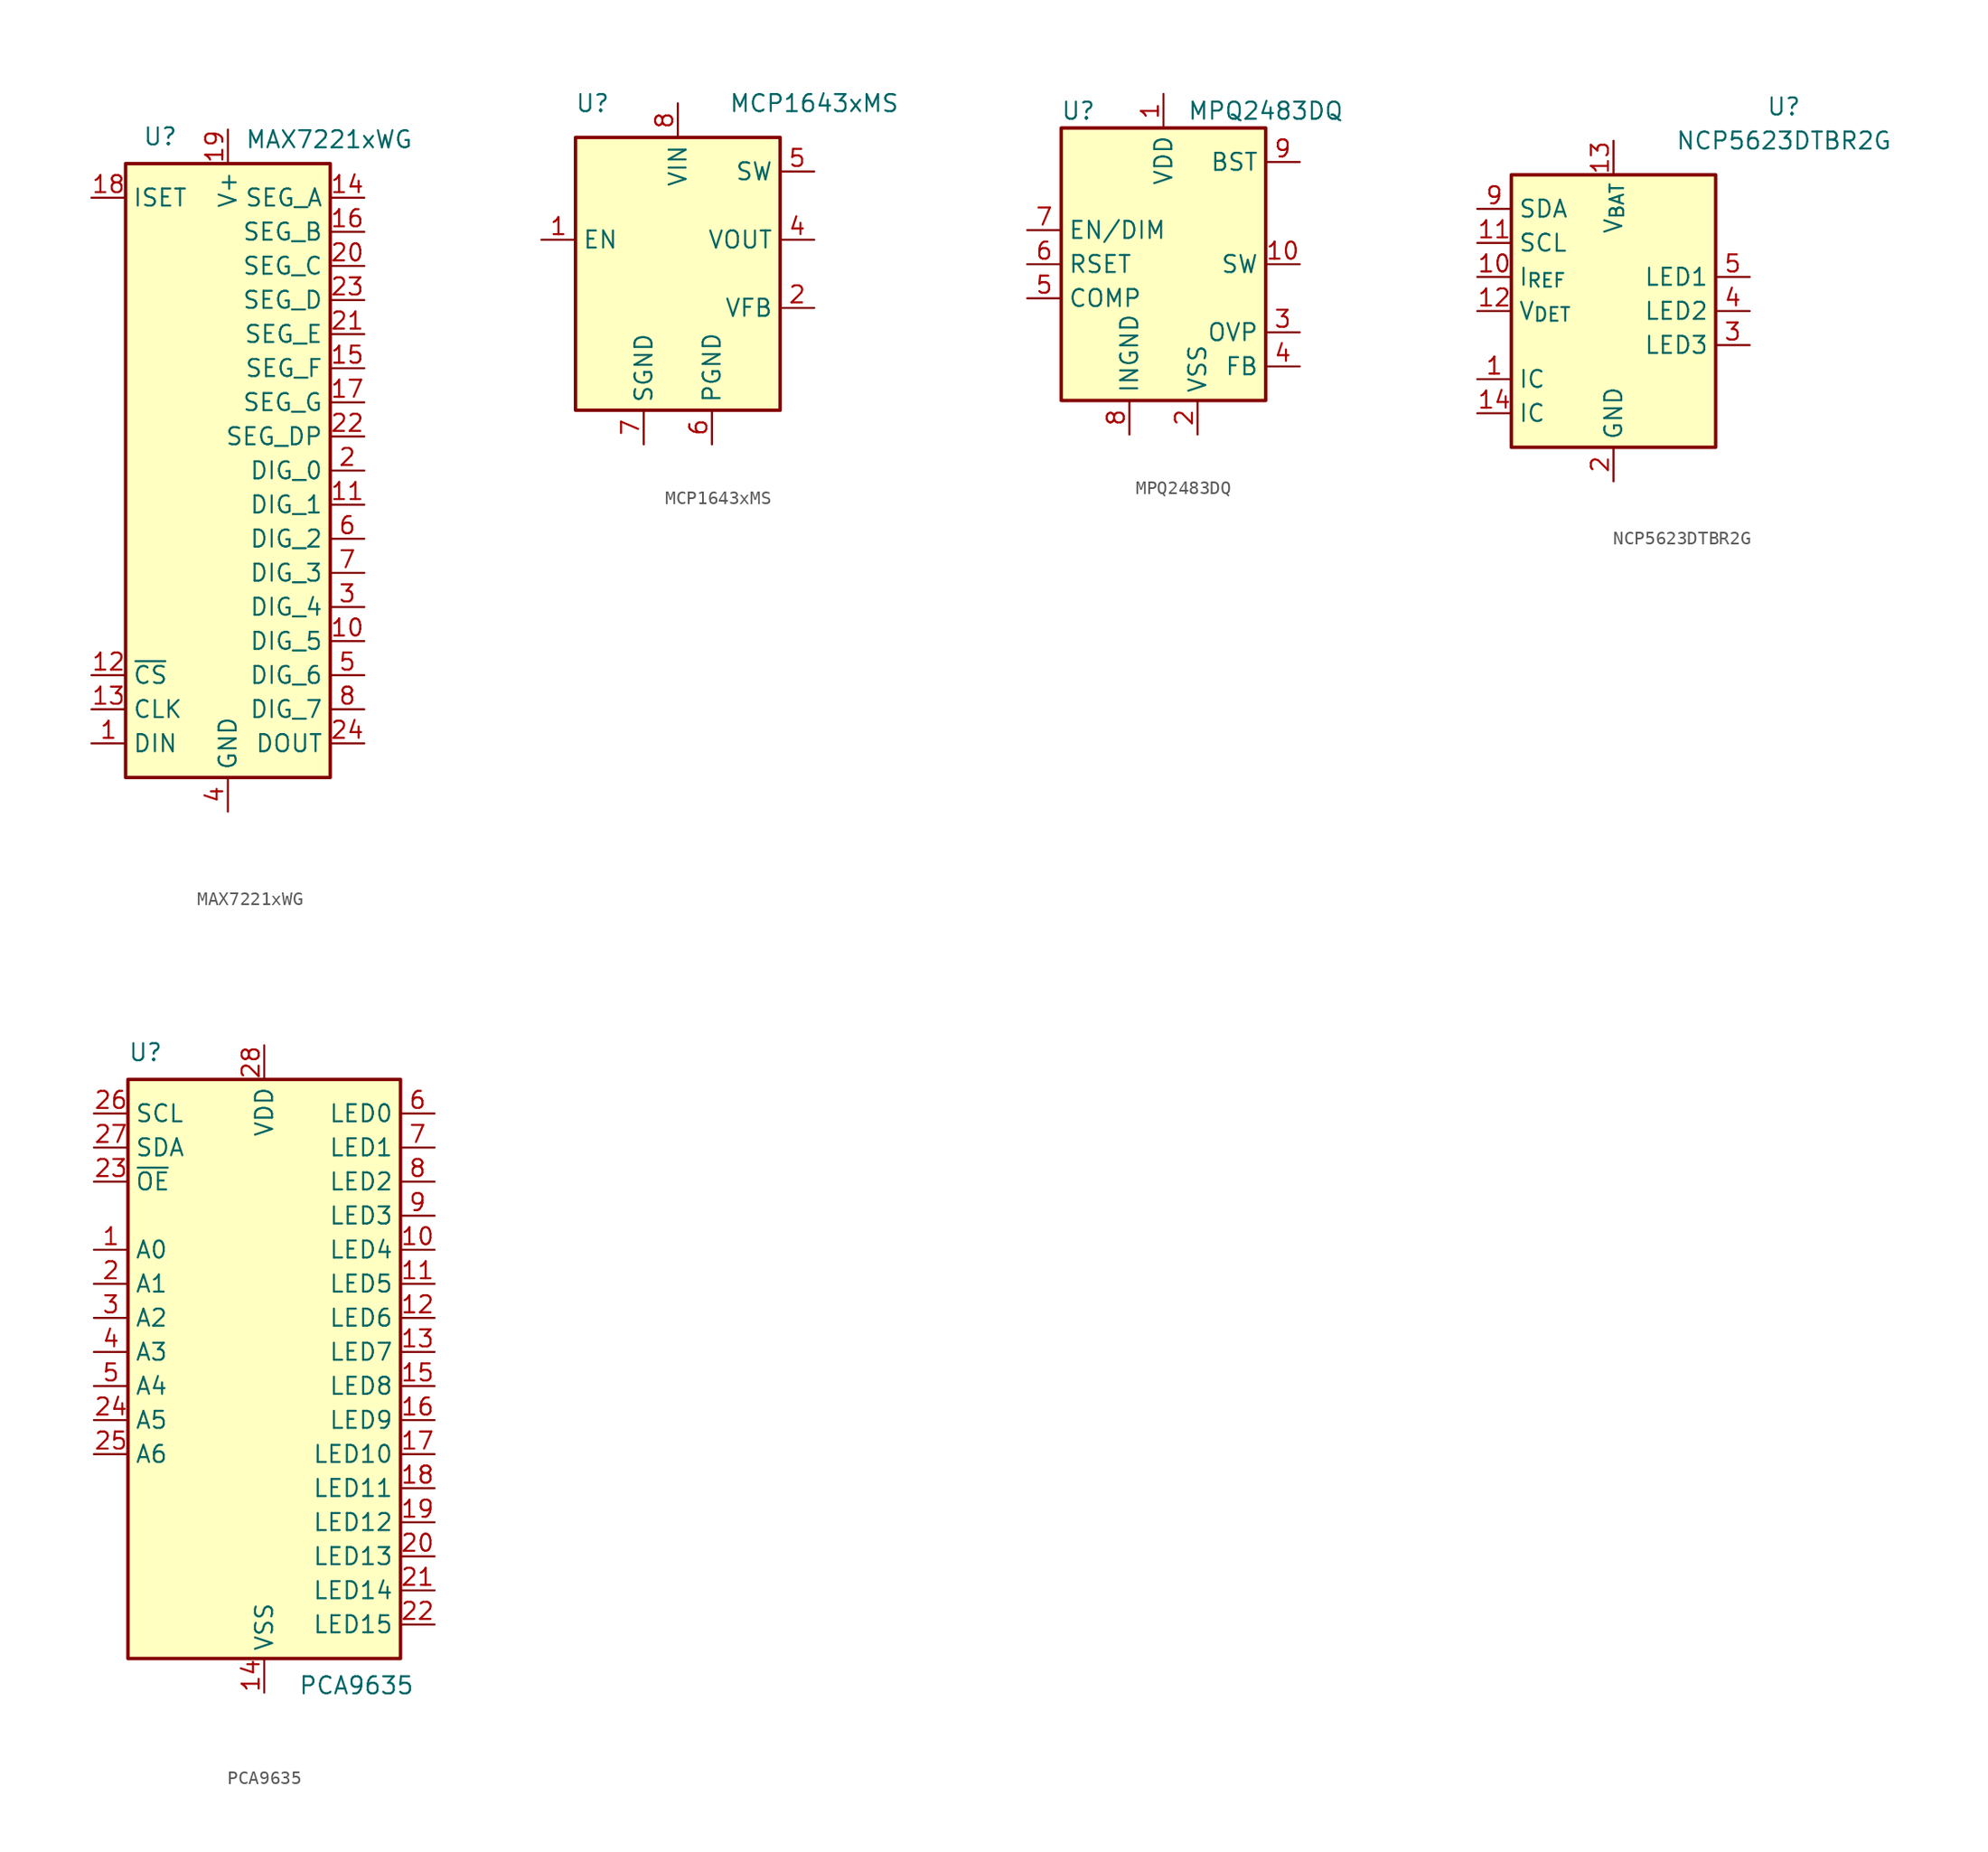
<source format=kicad_sym>
(kicad_symbol_lib
  (version 20211014)
  (generator kicad_symbol_editor)
  (symbol "MAX7221xWG"
    (property "Reference" "U"
      (at -6.35 24.13 0)
      (effects (font (size 1.27 1.27)) (justify left bottom)))
    (property "Value" "MAX7221xWG"
      (at 1.27 25.4 0)
      (effects (font (size 1.27 1.27)) (justify left top)))
    (symbol "MAX7221xWG_0_1"
      (rectangle (start -7.62 22.86) (end 7.62 -22.86) (stroke (width 0.254) (type default) (color 0 0 0 0)) (fill (type background))))
    (symbol "MAX7221xWG_1_1"
      (pin input line (at -10.16 -20.32 0) (length 2.54) (name "DIN" (effects (font (size 1.27 1.27)))) (number "1" (effects (font (size 1.27 1.27)))))
      (pin open_collector line (at 10.16 -12.7 180) (length 2.54) (name "DIG_5" (effects (font (size 1.27 1.27)))) (number "10" (effects (font (size 1.27 1.27)))))
      (pin open_collector line (at 10.16 -2.54 180) (length 2.54) (name "DIG_1" (effects (font (size 1.27 1.27)))) (number "11" (effects (font (size 1.27 1.27)))))
      (pin input line (at -10.16 -15.24 0) (length 2.54) (name "~{CS}" (effects (font (size 1.27 1.27)))) (number "12" (effects (font (size 1.27 1.27)))))
      (pin input line (at -10.16 -17.78 0) (length 2.54) (name "CLK" (effects (font (size 1.27 1.27)))) (number "13" (effects (font (size 1.27 1.27)))))
      (pin open_emitter line (at 10.16 20.32 180) (length 2.54) (name "SEG_A" (effects (font (size 1.27 1.27)))) (number "14" (effects (font (size 1.27 1.27)))))
      (pin open_emitter line (at 10.16 7.62 180) (length 2.54) (name "SEG_F" (effects (font (size 1.27 1.27)))) (number "15" (effects (font (size 1.27 1.27)))))
      (pin open_emitter line (at 10.16 17.78 180) (length 2.54) (name "SEG_B" (effects (font (size 1.27 1.27)))) (number "16" (effects (font (size 1.27 1.27)))))
      (pin open_emitter line (at 10.16 5.08 180) (length 2.54) (name "SEG_G" (effects (font (size 1.27 1.27)))) (number "17" (effects (font (size 1.27 1.27)))))
      (pin input line (at -10.16 20.32 0) (length 2.54) (name "ISET" (effects (font (size 1.27 1.27)))) (number "18" (effects (font (size 1.27 1.27)))))
      (pin power_in line (at 0 25.4 270) (length 2.54) (name "V+" (effects (font (size 1.27 1.27)))) (number "19" (effects (font (size 1.27 1.27)))))
      (pin open_collector line (at 10.16 0 180) (length 2.54) (name "DIG_0" (effects (font (size 1.27 1.27)))) (number "2" (effects (font (size 1.27 1.27)))))
      (pin open_emitter line (at 10.16 15.24 180) (length 2.54) (name "SEG_C" (effects (font (size 1.27 1.27)))) (number "20" (effects (font (size 1.27 1.27)))))
      (pin open_emitter line (at 10.16 10.16 180) (length 2.54) (name "SEG_E" (effects (font (size 1.27 1.27)))) (number "21" (effects (font (size 1.27 1.27)))))
      (pin open_emitter line (at 10.16 2.54 180) (length 2.54) (name "SEG_DP" (effects (font (size 1.27 1.27)))) (number "22" (effects (font (size 1.27 1.27)))))
      (pin open_emitter line (at 10.16 12.7 180) (length 2.54) (name "SEG_D" (effects (font (size 1.27 1.27)))) (number "23" (effects (font (size 1.27 1.27)))))
      (pin output line (at 10.16 -20.32 180) (length 2.54) (name "DOUT" (effects (font (size 1.27 1.27)))) (number "24" (effects (font (size 1.27 1.27)))))
      (pin open_collector line (at 10.16 -10.16 180) (length 2.54) (name "DIG_4" (effects (font (size 1.27 1.27)))) (number "3" (effects (font (size 1.27 1.27)))))
      (pin power_in line (at 0 -25.4 90) (length 2.54) (name "GND" (effects (font (size 1.27 1.27)))) (number "4" (effects (font (size 1.27 1.27)))))
      (pin open_collector line (at 10.16 -15.24 180) (length 2.54) (name "DIG_6" (effects (font (size 1.27 1.27)))) (number "5" (effects (font (size 1.27 1.27)))))
      (pin open_collector line (at 10.16 -5.08 180) (length 2.54) (name "DIG_2" (effects (font (size 1.27 1.27)))) (number "6" (effects (font (size 1.27 1.27)))))
      (pin open_collector line (at 10.16 -7.62 180) (length 2.54) (name "DIG_3" (effects (font (size 1.27 1.27)))) (number "7" (effects (font (size 1.27 1.27)))))
      (pin open_collector line (at 10.16 -17.78 180) (length 2.54) (name "DIG_7" (effects (font (size 1.27 1.27)))) (number "8" (effects (font (size 1.27 1.27)))))
      (pin passive line (at 0 -25.4 90) (length 2.54) hide (name "GND" (effects (font (size 1.27 1.27)))) (number "9" (effects (font (size 1.27 1.27)))))))
  (symbol "MCP1643xMS"
    (property "Reference" "U"
      (at -6.35 12.7 0)
      (effects (font (size 1.27 1.27))))
    (property "Value" "MCP1643xMS"
      (at 10.16 12.7 0)
      (effects (font (size 1.27 1.27))))
    (symbol "MCP1643xMS_0_1"
      (rectangle (start -7.62 10.16) (end 7.62 -10.16) (stroke (width 0.254) (type default) (color 0 0 0 0)) (fill (type background))))
    (symbol "MCP1643xMS_1_1"
      (pin input line (at -10.16 2.54 0) (length 2.54) (name "EN" (effects (font (size 1.27 1.27)))) (number "1" (effects (font (size 1.27 1.27)))))
      (pin input line (at 10.16 -2.54 180) (length 2.54) (name "VFB" (effects (font (size 1.27 1.27)))) (number "2" (effects (font (size 1.27 1.27)))))
      (pin no_connect line (at -7.62 -2.54 0) (length 2.54) hide (name "NC" (effects (font (size 1.27 1.27)))) (number "3" (effects (font (size 1.27 1.27)))))
      (pin power_out line (at 10.16 2.54 180) (length 2.54) (name "VOUT" (effects (font (size 1.27 1.27)))) (number "4" (effects (font (size 1.27 1.27)))))
      (pin passive line (at 10.16 7.62 180) (length 2.54) (name "SW" (effects (font (size 1.27 1.27)))) (number "5" (effects (font (size 1.27 1.27)))))
      (pin power_in line (at 2.54 -12.7 90) (length 2.54) (name "PGND" (effects (font (size 1.27 1.27)))) (number "6" (effects (font (size 1.27 1.27)))))
      (pin power_in line (at -2.54 -12.7 90) (length 2.54) (name "SGND" (effects (font (size 1.27 1.27)))) (number "7" (effects (font (size 1.27 1.27)))))
      (pin power_in line (at 0 12.7 270) (length 2.54) (name "VIN" (effects (font (size 1.27 1.27)))) (number "8" (effects (font (size 1.27 1.27)))))))
  (symbol "MPQ2483DQ"
    (property "Reference" "U"
      (at -6.35 11.43 0)
      (effects (font (size 1.27 1.27))))
    (property "Value" "MPQ2483DQ"
      (at 7.62 11.43 0)
      (effects (font (size 1.27 1.27))))
    (symbol "MPQ2483DQ_0_1"
      (rectangle (start -7.62 10.16) (end 7.62 -10.16) (stroke (width 0.254) (type default) (color 0 0 0 0)) (fill (type background))))
    (symbol "MPQ2483DQ_1_1"
      (pin power_in line (at 0 12.7 270) (length 2.54) (name "VDD" (effects (font (size 1.27 1.27)))) (number "1" (effects (font (size 1.27 1.27)))))
      (pin output line (at 10.16 0 180) (length 2.54) (name "SW" (effects (font (size 1.27 1.27)))) (number "10" (effects (font (size 1.27 1.27)))))
      (pin passive line (at 2.54 -12.7 90) (length 2.54) hide (name "VSS" (effects (font (size 1.27 1.27)))) (number "11" (effects (font (size 1.27 1.27)))))
      (pin power_in line (at 2.54 -12.7 90) (length 2.54) (name "VSS" (effects (font (size 1.27 1.27)))) (number "2" (effects (font (size 1.27 1.27)))))
      (pin input line (at 10.16 -5.08 180) (length 2.54) (name "OVP" (effects (font (size 1.27 1.27)))) (number "3" (effects (font (size 1.27 1.27)))))
      (pin input line (at 10.16 -7.62 180) (length 2.54) (name "FB" (effects (font (size 1.27 1.27)))) (number "4" (effects (font (size 1.27 1.27)))))
      (pin input line (at -10.16 -2.54 0) (length 2.54) (name "COMP" (effects (font (size 1.27 1.27)))) (number "5" (effects (font (size 1.27 1.27)))))
      (pin input line (at -10.16 0 0) (length 2.54) (name "RSET" (effects (font (size 1.27 1.27)))) (number "6" (effects (font (size 1.27 1.27)))))
      (pin input line (at -10.16 2.54 0) (length 2.54) (name "EN/DIM" (effects (font (size 1.27 1.27)))) (number "7" (effects (font (size 1.27 1.27)))))
      (pin power_in line (at -2.54 -12.7 90) (length 2.54) (name "INGND" (effects (font (size 1.27 1.27)))) (number "8" (effects (font (size 1.27 1.27)))))
      (pin output line (at 10.16 7.62 180) (length 2.54) (name "BST" (effects (font (size 1.27 1.27)))) (number "9" (effects (font (size 1.27 1.27)))))))
  (symbol "NCP5623DTBR2G"
    (property "Reference" "U"
      (at 12.7 15.24 0)
      (effects (font (size 1.27 1.27))))
    (property "Value" "NCP5623DTBR2G"
      (at 12.7 12.7 0)
      (effects (font (size 1.27 1.27))))
    (symbol "NCP5623DTBR2G_0_1"
      (rectangle (start -7.62 10.16) (end 7.62 -10.16) (stroke (width 0.254) (type default) (color 0 0 0 0)) (fill (type background))))
    (symbol "NCP5623DTBR2G_1_1"
      (pin passive line (at -10.16 -5.08 0) (length 2.54) (name "IC" (effects (font (size 1.27 1.27)))) (number "1" (effects (font (size 1.27 1.27)))))
      (pin passive line (at -10.16 2.54 0) (length 2.54) (name "I_{REF}" (effects (font (size 1.27 1.27)))) (number "10" (effects (font (size 1.27 1.27)))))
      (pin input line (at -10.16 5.08 0) (length 2.54) (name "SCL" (effects (font (size 1.27 1.27)))) (number "11" (effects (font (size 1.27 1.27)))))
      (pin input line (at -10.16 0 0) (length 2.54) (name "V_{DET}" (effects (font (size 1.27 1.27)))) (number "12" (effects (font (size 1.27 1.27)))))
      (pin power_in line (at 0 12.7 270) (length 2.54) (name "V_{BAT}" (effects (font (size 1.27 1.27)))) (number "13" (effects (font (size 1.27 1.27)))))
      (pin passive line (at -10.16 -7.62 0) (length 2.54) (name "IC" (effects (font (size 1.27 1.27)))) (number "14" (effects (font (size 1.27 1.27)))))
      (pin power_in line (at 0 -12.7 90) (length 2.54) (name "GND" (effects (font (size 1.27 1.27)))) (number "2" (effects (font (size 1.27 1.27)))))
      (pin open_collector line (at 10.16 -2.54 180) (length 2.54) (name "LED3" (effects (font (size 1.27 1.27)))) (number "3" (effects (font (size 1.27 1.27)))))
      (pin open_collector line (at 10.16 0 180) (length 2.54) (name "LED2" (effects (font (size 1.27 1.27)))) (number "4" (effects (font (size 1.27 1.27)))))
      (pin open_collector line (at 10.16 2.54 180) (length 2.54) (name "LED1" (effects (font (size 1.27 1.27)))) (number "5" (effects (font (size 1.27 1.27)))))
      (pin passive line (at 0 -12.7 90) (length 2.54) hide (name "GND" (effects (font (size 1.27 1.27)))) (number "6" (effects (font (size 1.27 1.27)))))
      (pin no_connect line (at 7.62 -7.62 180) (length 2.54) hide (name "NC" (effects (font (size 1.27 1.27)))) (number "7" (effects (font (size 1.27 1.27)))))
      (pin no_connect line (at 7.62 7.62 180) (length 2.54) hide (name "NC" (effects (font (size 1.27 1.27)))) (number "8" (effects (font (size 1.27 1.27)))))
      (pin bidirectional line (at -10.16 7.62 0) (length 2.54) (name "SDA" (effects (font (size 1.27 1.27)))) (number "9" (effects (font (size 1.27 1.27)))))))
  (symbol "PCA9635"
    (property "Reference" "U"
      (at -10.16 24.13 0)
      (effects (font (size 1.27 1.27)) (justify left bottom)))
    (property "Value" "PCA9635"
      (at 2.54 -21.59 0)
      (effects (font (size 1.27 1.27)) (justify left top)))
    (symbol "PCA9635_0_1"
      (rectangle (start -10.16 22.86) (end 10.16 -20.32) (stroke (width 0.254) (type default) (color 0 0 0 0)) (fill (type background))))
    (symbol "PCA9635_1_1"
      (pin input line (at -12.7 10.16 0) (length 2.54) (name "A0" (effects (font (size 1.27 1.27)))) (number "1" (effects (font (size 1.27 1.27)))))
      (pin output line (at 12.7 10.16 180) (length 2.54) (name "LED4" (effects (font (size 1.27 1.27)))) (number "10" (effects (font (size 1.27 1.27)))))
      (pin output line (at 12.7 7.62 180) (length 2.54) (name "LED5" (effects (font (size 1.27 1.27)))) (number "11" (effects (font (size 1.27 1.27)))))
      (pin output line (at 12.7 5.08 180) (length 2.54) (name "LED6" (effects (font (size 1.27 1.27)))) (number "12" (effects (font (size 1.27 1.27)))))
      (pin output line (at 12.7 2.54 180) (length 2.54) (name "LED7" (effects (font (size 1.27 1.27)))) (number "13" (effects (font (size 1.27 1.27)))))
      (pin power_in line (at 0 -22.86 90) (length 2.54) (name "VSS" (effects (font (size 1.27 1.27)))) (number "14" (effects (font (size 1.27 1.27)))))
      (pin output line (at 12.7 0 180) (length 2.54) (name "LED8" (effects (font (size 1.27 1.27)))) (number "15" (effects (font (size 1.27 1.27)))))
      (pin output line (at 12.7 -2.54 180) (length 2.54) (name "LED9" (effects (font (size 1.27 1.27)))) (number "16" (effects (font (size 1.27 1.27)))))
      (pin output line (at 12.7 -5.08 180) (length 2.54) (name "LED10" (effects (font (size 1.27 1.27)))) (number "17" (effects (font (size 1.27 1.27)))))
      (pin output line (at 12.7 -7.62 180) (length 2.54) (name "LED11" (effects (font (size 1.27 1.27)))) (number "18" (effects (font (size 1.27 1.27)))))
      (pin output line (at 12.7 -10.16 180) (length 2.54) (name "LED12" (effects (font (size 1.27 1.27)))) (number "19" (effects (font (size 1.27 1.27)))))
      (pin input line (at -12.7 7.62 0) (length 2.54) (name "A1" (effects (font (size 1.27 1.27)))) (number "2" (effects (font (size 1.27 1.27)))))
      (pin output line (at 12.7 -12.7 180) (length 2.54) (name "LED13" (effects (font (size 1.27 1.27)))) (number "20" (effects (font (size 1.27 1.27)))))
      (pin output line (at 12.7 -15.24 180) (length 2.54) (name "LED14" (effects (font (size 1.27 1.27)))) (number "21" (effects (font (size 1.27 1.27)))))
      (pin output line (at 12.7 -17.78 180) (length 2.54) (name "LED15" (effects (font (size 1.27 1.27)))) (number "22" (effects (font (size 1.27 1.27)))))
      (pin input line (at -12.7 15.24 0) (length 2.54) (name "~{OE}" (effects (font (size 1.27 1.27)))) (number "23" (effects (font (size 1.27 1.27)))))
      (pin input line (at -12.7 -2.54 0) (length 2.54) (name "A5" (effects (font (size 1.27 1.27)))) (number "24" (effects (font (size 1.27 1.27)))))
      (pin input line (at -12.7 -5.08 0) (length 2.54) (name "A6" (effects (font (size 1.27 1.27)))) (number "25" (effects (font (size 1.27 1.27)))))
      (pin input line (at -12.7 20.32 0) (length 2.54) (name "SCL" (effects (font (size 1.27 1.27)))) (number "26" (effects (font (size 1.27 1.27)))))
      (pin bidirectional line (at -12.7 17.78 0) (length 2.54) (name "SDA" (effects (font (size 1.27 1.27)))) (number "27" (effects (font (size 1.27 1.27)))))
      (pin power_in line (at 0 25.4 270) (length 2.54) (name "VDD" (effects (font (size 1.27 1.27)))) (number "28" (effects (font (size 1.27 1.27)))))
      (pin input line (at -12.7 5.08 0) (length 2.54) (name "A2" (effects (font (size 1.27 1.27)))) (number "3" (effects (font (size 1.27 1.27)))))
      (pin input line (at -12.7 2.54 0) (length 2.54) (name "A3" (effects (font (size 1.27 1.27)))) (number "4" (effects (font (size 1.27 1.27)))))
      (pin input line (at -12.7 0 0) (length 2.54) (name "A4" (effects (font (size 1.27 1.27)))) (number "5" (effects (font (size 1.27 1.27)))))
      (pin output line (at 12.7 20.32 180) (length 2.54) (name "LED0" (effects (font (size 1.27 1.27)))) (number "6" (effects (font (size 1.27 1.27)))))
      (pin output line (at 12.7 17.78 180) (length 2.54) (name "LED1" (effects (font (size 1.27 1.27)))) (number "7" (effects (font (size 1.27 1.27)))))
      (pin output line (at 12.7 15.24 180) (length 2.54) (name "LED2" (effects (font (size 1.27 1.27)))) (number "8" (effects (font (size 1.27 1.27)))))
      (pin output line (at 12.7 12.7 180) (length 2.54) (name "LED3" (effects (font (size 1.27 1.27)))) (number "9" (effects (font (size 1.27 1.27))))))))
</source>
